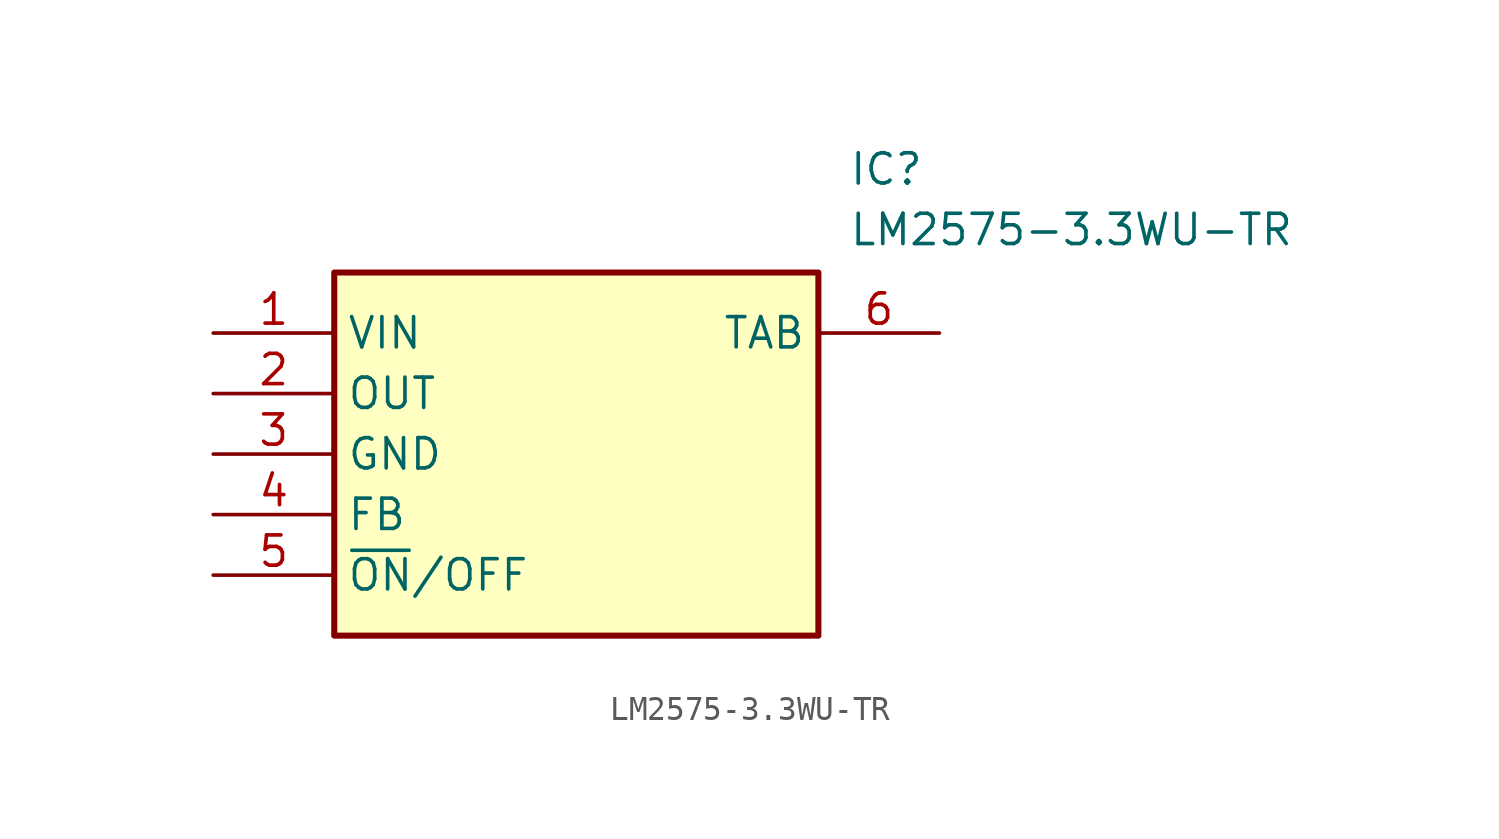
<source format=kicad_sym>
(kicad_symbol_lib
  (version 20211014)
  (generator SamacSys_ECAD_Model)
  (symbol "LM2575-3.3WU-TR"
    (property "Reference" "IC"
      (at 26.67 7.62 0)
      (effects (font (size 1.27 1.27)) (justify left top)))
    (property "Value" "LM2575-3.3WU-TR"
      (at 26.67 5.08 0)
      (effects (font (size 1.27 1.27)) (justify left top)))
    (rectangle
      (start 5.08 2.54)
      (end 25.4 -12.7)
      (stroke (width 0.254) (type default))
      (fill (type background)))
    (pin passive line
      (at 0 0 0)
      (length 5.08)
      (name "VIN" (effects (font (size 1.27 1.27))))
      (number "1" (effects (font (size 1.27 1.27)))))
    (pin passive line
      (at 0 -2.54 0)
      (length 5.08)
      (name "OUT" (effects (font (size 1.27 1.27))))
      (number "2" (effects (font (size 1.27 1.27)))))
    (pin passive line
      (at 0 -5.08 0)
      (length 5.08)
      (name "GND" (effects (font (size 1.27 1.27))))
      (number "3" (effects (font (size 1.27 1.27)))))
    (pin passive line
      (at 0 -7.62 0)
      (length 5.08)
      (name "FB" (effects (font (size 1.27 1.27))))
      (number "4" (effects (font (size 1.27 1.27)))))
    (pin passive line
      (at 0 -10.16 0)
      (length 5.08)
      (name "~{ON}/OFF" (effects (font (size 1.27 1.27))))
      (number "5" (effects (font (size 1.27 1.27)))))
    (pin passive line
      (at 30.48 0 180)
      (length 5.08)
      (name "TAB" (effects (font (size 1.27 1.27))))
      (number "6" (effects (font (size 1.27 1.27)))))))
</source>
